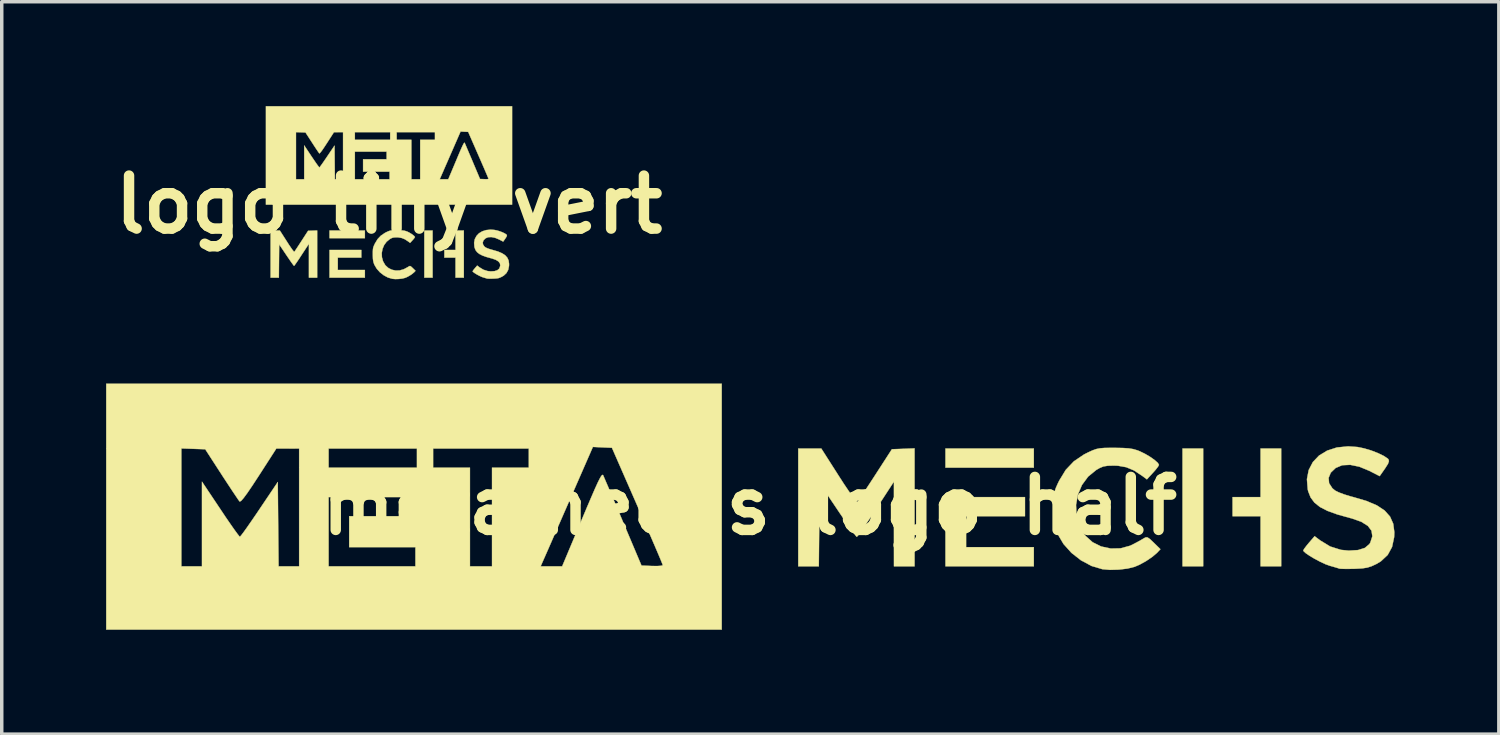
<source format=kicad_pcb>
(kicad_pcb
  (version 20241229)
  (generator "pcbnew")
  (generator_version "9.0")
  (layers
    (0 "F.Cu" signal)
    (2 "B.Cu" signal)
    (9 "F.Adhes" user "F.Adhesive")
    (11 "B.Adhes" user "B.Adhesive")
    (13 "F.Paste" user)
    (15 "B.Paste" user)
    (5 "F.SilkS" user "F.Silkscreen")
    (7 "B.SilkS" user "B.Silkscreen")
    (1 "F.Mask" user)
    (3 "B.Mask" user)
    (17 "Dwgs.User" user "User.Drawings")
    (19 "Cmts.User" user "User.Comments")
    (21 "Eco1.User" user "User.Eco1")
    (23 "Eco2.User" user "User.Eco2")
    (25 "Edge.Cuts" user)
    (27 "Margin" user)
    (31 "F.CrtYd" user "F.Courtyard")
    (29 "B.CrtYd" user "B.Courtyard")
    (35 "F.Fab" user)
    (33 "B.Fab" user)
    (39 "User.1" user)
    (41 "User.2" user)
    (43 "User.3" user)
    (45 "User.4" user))
  (footprint "metamechs logo half"
    (layer "F.Cu")
    (at 18.505 11.497)
    (property "Reference" "metamechs logo half" (at 0 0 0) (layer "F.SilkS") (effects (font (size 1.524 1.524) (thickness 0.3))))
    (attr through_hole)
    (fp_poly (pts (xy 8.17 -1.101) (xy 5.63 -1.101) (xy 5.63 -1.651) (xy 8.17 -1.651) (xy 8.17 -1.101)) (stroke (width 0.01) (type solid)) (fill yes) (layer "F.SilkS"))
    (fp_poly (pts (xy 13.039 1.736) (xy 12.446 1.736) (xy 12.446 -1.651) (xy 13.039 -1.651) (xy 13.039 1.736)) (stroke (width 0.01) (type solid)) (fill yes) (layer "F.SilkS"))
    (fp_poly (pts (xy 7.916 0.296) (xy 6.223 0.296) (xy 6.223 1.185) (xy 8.17 1.185) (xy 8.17 1.736) (xy 5.63 1.736) (xy 5.63 -0.254) (xy 7.916 -0.254) (xy 7.916 0.296)) (stroke (width 0.01) (type solid)) (fill yes) (layer "F.SilkS"))
    (fp_poly (pts (xy 15.282 1.736) (xy 14.69 1.736) (xy 14.69 0.296) (xy 13.885 0.296) (xy 13.885 -0.254) (xy 14.69 -0.254) (xy 14.69 -1.651) (xy 15.282 -1.651) (xy 15.282 1.736)) (stroke (width 0.01) (type solid)) (fill yes) (layer "F.SilkS"))
    (fp_poly (pts (xy 4.741 1.736) (xy 4.149 1.736) (xy 4.148 0.519) (xy 4.148 -0.699) (xy 3.63 0.095) (xy 3.479 0.324) (xy 3.342 0.527) (xy 3.227 0.694) (xy 3.141 0.816) (xy 3.09 0.881) (xy 3.08 0.889) (xy 3.049 0.855) (xy 2.977 0.761) (xy 2.874 0.617) (xy 2.745 0.432) (xy 2.598 0.217) (xy 2.53 0.116) (xy 2.011 -0.656) (xy 2 0.54) (xy 1.988 1.736) (xy 1.397 1.736) (xy 1.397 -1.651) (xy 2.059 -1.651) (xy 2.56 -0.866) (xy 2.716 -0.624) (xy 2.854 -0.42) (xy 2.966 -0.262) (xy 3.048 -0.159) (xy 3.092 -0.117) (xy 3.098 -0.117) (xy 3.131 -0.163) (xy 3.203 -0.268) (xy 3.305 -0.423) (xy 3.432 -0.615) (xy 3.574 -0.833) (xy 3.612 -0.892) (xy 4.089 -1.63) (xy 4.415 -1.642) (xy 4.741 -1.655) (xy 4.741 1.736)) (stroke (width 0.01) (type solid)) (fill yes) (layer "F.SilkS"))
    (fp_poly (pts (xy 10.499 -1.67) (xy 10.73 -1.666) (xy 10.901 -1.655) (xy 11.034 -1.633) (xy 11.153 -1.597) (xy 11.215 -1.572) (xy 11.364 -1.5) (xy 11.513 -1.412) (xy 11.643 -1.32) (xy 11.735 -1.238) (xy 11.769 -1.181) (xy 11.742 -1.131) (xy 11.673 -1.041) (xy 11.595 -0.953) (xy 11.421 -0.764) (xy 11.288 -0.864) (xy 11.05 -1.021) (xy 10.826 -1.114) (xy 10.589 -1.156) (xy 10.472 -1.16) (xy 10.298 -1.156) (xy 10.172 -1.136) (xy 10.061 -1.09) (xy 9.967 -1.036) (xy 9.731 -0.843) (xy 9.554 -0.602) (xy 9.437 -0.326) (xy 9.384 -0.032) (xy 9.397 0.268) (xy 9.477 0.558) (xy 9.628 0.823) (xy 9.66 0.864) (xy 9.861 1.044) (xy 10.107 1.166) (xy 10.381 1.225) (xy 10.664 1.219) (xy 10.937 1.145) (xy 11.011 1.11) (xy 11.152 1.036) (xy 11.275 0.967) (xy 11.334 0.931) (xy 11.39 0.902) (xy 11.441 0.906) (xy 11.507 0.951) (xy 11.61 1.048) (xy 11.619 1.057) (xy 11.81 1.244) (xy 11.718 1.343) (xy 11.583 1.459) (xy 11.403 1.582) (xy 11.21 1.689) (xy 11.068 1.75) (xy 10.863 1.801) (xy 10.613 1.831) (xy 10.359 1.838) (xy 10.143 1.819) (xy 9.83 1.726) (xy 9.527 1.564) (xy 9.252 1.349) (xy 9.023 1.093) (xy 8.858 0.813) (xy 8.842 0.774) (xy 8.795 0.643) (xy 8.766 0.513) (xy 8.75 0.358) (xy 8.743 0.154) (xy 8.743 0.061) (xy 8.744 -0.147) (xy 8.75 -0.296) (xy 8.768 -0.411) (xy 8.803 -0.517) (xy 8.858 -0.641) (xy 8.9 -0.727) (xy 9.088 -1.036) (xy 9.321 -1.282) (xy 9.612 -1.479) (xy 9.729 -1.538) (xy 9.857 -1.597) (xy 9.964 -1.635) (xy 10.072 -1.657) (xy 10.207 -1.668) (xy 10.391 -1.67) (xy 10.499 -1.67)) (stroke (width 0.01) (type solid)) (fill yes) (layer "F.SilkS"))
    (fp_poly (pts (xy 17.478 -1.694) (xy 17.666 -1.655) (xy 17.871 -1.594) (xy 18.067 -1.518) (xy 18.234 -1.437) (xy 18.347 -1.361) (xy 18.366 -1.341) (xy 18.381 -1.29) (xy 18.353 -1.21) (xy 18.274 -1.086) (xy 18.264 -1.071) (xy 18.114 -0.857) (xy 17.818 -1.009) (xy 17.531 -1.128) (xy 17.268 -1.182) (xy 17.037 -1.171) (xy 16.849 -1.092) (xy 16.709 -0.958) (xy 16.646 -0.807) (xy 16.66 -0.653) (xy 16.753 -0.509) (xy 16.837 -0.44) (xy 16.94 -0.389) (xy 17.098 -0.33) (xy 17.283 -0.273) (xy 17.354 -0.255) (xy 17.732 -0.144) (xy 18.032 -0.017) (xy 18.257 0.132) (xy 18.413 0.307) (xy 18.504 0.513) (xy 18.536 0.754) (xy 18.53 0.899) (xy 18.47 1.18) (xy 18.345 1.409) (xy 18.151 1.59) (xy 18.018 1.67) (xy 17.882 1.733) (xy 17.757 1.773) (xy 17.614 1.795) (xy 17.423 1.806) (xy 17.384 1.807) (xy 17.209 1.81) (xy 17.065 1.809) (xy 16.973 1.805) (xy 16.954 1.801) (xy 16.893 1.781) (xy 16.778 1.747) (xy 16.677 1.719) (xy 16.553 1.674) (xy 16.403 1.604) (xy 16.246 1.521) (xy 16.102 1.435) (xy 15.988 1.357) (xy 15.925 1.299) (xy 15.917 1.282) (xy 15.943 1.234) (xy 16.01 1.145) (xy 16.081 1.059) (xy 16.244 0.87) (xy 16.399 0.988) (xy 16.691 1.166) (xy 16.999 1.263) (xy 17.226 1.285) (xy 17.492 1.269) (xy 17.689 1.207) (xy 17.818 1.098) (xy 17.845 1.054) (xy 17.904 0.873) (xy 17.88 0.713) (xy 17.775 0.574) (xy 17.588 0.456) (xy 17.32 0.361) (xy 17.263 0.346) (xy 16.902 0.246) (xy 16.616 0.143) (xy 16.398 0.031) (xy 16.239 -0.096) (xy 16.129 -0.244) (xy 16.06 -0.418) (xy 16.046 -0.477) (xy 16.023 -0.769) (xy 16.074 -1.032) (xy 16.193 -1.261) (xy 16.372 -1.449) (xy 16.606 -1.591) (xy 16.886 -1.681) (xy 17.207 -1.713) (xy 17.478 -1.694)) (stroke (width 0.01) (type solid)) (fill yes) (layer "F.SilkS"))
    (fp_poly (pts (xy -0.804 3.556) (xy -18.5 3.556) (xy -18.5 1.736) (xy -16.341 1.736) (xy -15.748 1.736) (xy -15.748 -0.698) (xy -15.218 0.095) (xy -15.065 0.324) (xy -14.926 0.526) (xy -14.809 0.693) (xy -14.72 0.814) (xy -14.668 0.879) (xy -14.658 0.887) (xy -14.626 0.853) (xy -14.554 0.759) (xy -14.45 0.614) (xy -14.321 0.428) (xy -14.173 0.212) (xy -14.097 0.099) (xy -13.568 -0.687) (xy -13.557 0.525) (xy -13.545 1.736) (xy -12.954 1.736) (xy -12.954 -0.254) (xy -12.107 -0.254) (xy -12.107 1.736) (xy -9.61 1.736) (xy -9.61 1.185) (xy -11.515 1.185) (xy -11.515 0.296) (xy -9.821 0.296) (xy -9.821 -0.254) (xy -12.107 -0.254) (xy -12.954 -0.254) (xy -12.954 -1.651) (xy -12.107 -1.651) (xy -12.107 -1.101) (xy -9.567 -1.101) (xy -9.567 -1.651) (xy -9.102 -1.651) (xy -9.102 -1.101) (xy -8.043 -1.101) (xy -8.043 1.736) (xy -7.408 1.736) (xy -6.01 1.736) (xy -5.391 1.736) (xy -4.823 0.383) (xy -4.669 0.018) (xy -4.544 -0.274) (xy -4.445 -0.502) (xy -4.368 -0.671) (xy -4.31 -0.787) (xy -4.268 -0.859) (xy -4.239 -0.891) (xy -4.22 -0.891) (xy -4.212 -0.88) (xy -4.186 -0.82) (xy -4.131 -0.692) (xy -4.051 -0.506) (xy -3.952 -0.272) (xy -3.837 -0.002) (xy -3.71 0.297) (xy -3.64 0.463) (xy -3.111 1.714) (xy -2.804 1.727) (xy -2.656 1.728) (xy -2.547 1.721) (xy -2.498 1.706) (xy -2.498 1.703) (xy -2.514 1.658) (xy -2.561 1.543) (xy -2.635 1.367) (xy -2.733 1.138) (xy -2.851 0.864) (xy -2.986 0.554) (xy -3.134 0.214) (xy -3.229 -0.003) (xy -3.96 -1.672) (xy -4.234 -1.684) (xy -4.508 -1.697) (xy -5.152 -0.224) (xy -5.301 0.118) (xy -5.444 0.445) (xy -5.576 0.746) (xy -5.692 1.012) (xy -5.788 1.232) (xy -5.86 1.395) (xy -5.902 1.491) (xy -5.903 1.492) (xy -6.01 1.736) (xy -7.408 1.736) (xy -7.408 -1.101) (xy -6.35 -1.101) (xy -6.35 -1.651) (xy -9.102 -1.651) (xy -9.567 -1.651) (xy -12.107 -1.651) (xy -12.954 -1.651) (xy -13.282 -1.65) (xy -13.61 -1.65) (xy -14.115 -0.866) (xy -14.299 -0.585) (xy -14.443 -0.373) (xy -14.55 -0.228) (xy -14.621 -0.147) (xy -14.661 -0.125) (xy -14.665 -0.128) (xy -14.701 -0.175) (xy -14.774 -0.283) (xy -14.879 -0.439) (xy -15.006 -0.632) (xy -15.149 -0.85) (xy -15.182 -0.901) (xy -15.654 -1.63) (xy -15.997 -1.642) (xy -16.341 -1.654) (xy -16.341 1.736) (xy -18.5 1.736) (xy -18.5 -3.514) (xy -0.804 -3.514) (xy -0.804 3.556)) (stroke (width 0.01) (type solid)) (fill yes) (layer "F.SilkS")))
  (footprint "logo tiny vert"
    (layer "F.Cu")
    (at 8.135 2.833)
    (property "Reference" "logo tiny vert" (at 0 0 0) (layer "F.SilkS") (effects (font (size 1.524 1.524) (thickness 0.3))))
    (attr through_hole)
    (fp_poly (pts (xy -0.694 0.965) (xy -1.71 0.965) (xy -1.71 0.745) (xy -0.694 0.745) (xy -0.694 0.965)) (stroke (width 0.01) (type solid)) (fill yes) (layer "F.SilkS"))
    (fp_poly (pts (xy 1.253 2.1) (xy 1.016 2.1) (xy 1.016 0.745) (xy 1.253 0.745) (xy 1.253 2.1)) (stroke (width 0.01) (type solid)) (fill yes) (layer "F.SilkS"))
    (fp_poly (pts (xy -0.796 1.524) (xy -1.473 1.524) (xy -1.473 1.88) (xy -0.694 1.88) (xy -0.694 2.1) (xy -1.71 2.1) (xy -1.71 1.304) (xy -0.796 1.304) (xy -0.796 1.524)) (stroke (width 0.01) (type solid)) (fill yes) (layer "F.SilkS"))
    (fp_poly (pts (xy 2.151 2.1) (xy 1.913 2.1) (xy 1.913 1.524) (xy 1.592 1.524) (xy 1.592 1.304) (xy 1.913 1.304) (xy 1.913 0.745) (xy 2.151 0.745) (xy 2.151 2.1)) (stroke (width 0.01) (type solid)) (fill yes) (layer "F.SilkS"))
    (fp_poly (pts (xy -2.066 2.1) (xy -2.303 2.1) (xy -2.303 1.613) (xy -2.303 1.126) (xy -2.511 1.443) (xy -2.571 1.535) (xy -2.625 1.616) (xy -2.671 1.683) (xy -2.706 1.732) (xy -2.726 1.758) (xy -2.73 1.761) (xy -2.743 1.748) (xy -2.771 1.71) (xy -2.813 1.652) (xy -2.864 1.578) (xy -2.923 1.492) (xy -2.95 1.452) (xy -3.158 1.143) (xy -3.163 1.621) (xy -3.167 2.1) (xy -3.404 2.1) (xy -3.404 0.745) (xy -3.139 0.745) (xy -2.938 1.059) (xy -2.876 1.156) (xy -2.821 1.237) (xy -2.776 1.301) (xy -2.743 1.342) (xy -2.725 1.359) (xy -2.723 1.358) (xy -2.71 1.34) (xy -2.681 1.298) (xy -2.64 1.236) (xy -2.59 1.16) (xy -2.533 1.072) (xy -2.518 1.049) (xy -2.327 0.754) (xy -2.196 0.749) (xy -2.066 0.744) (xy -2.066 2.1)) (stroke (width 0.01) (type solid)) (fill yes) (layer "F.SilkS"))
    (fp_poly (pts (xy 0.237 0.737) (xy 0.33 0.739) (xy 0.398 0.744) (xy 0.451 0.752) (xy 0.499 0.767) (xy 0.524 0.776) (xy 0.583 0.805) (xy 0.643 0.841) (xy 0.695 0.878) (xy 0.731 0.91) (xy 0.745 0.933) (xy 0.734 0.953) (xy 0.707 0.989) (xy 0.676 1.024) (xy 0.606 1.1) (xy 0.553 1.06) (xy 0.458 0.997) (xy 0.368 0.96) (xy 0.273 0.943) (xy 0.227 0.941) (xy 0.157 0.943) (xy 0.107 0.951) (xy 0.062 0.969) (xy 0.024 0.991) (xy -0.07 1.068) (xy -0.141 1.165) (xy -0.187 1.275) (xy -0.209 1.393) (xy -0.204 1.513) (xy -0.172 1.629) (xy -0.111 1.735) (xy -0.098 1.751) (xy -0.018 1.823) (xy 0.08 1.872) (xy 0.19 1.896) (xy 0.303 1.893) (xy 0.413 1.863) (xy 0.442 1.85) (xy 0.498 1.82) (xy 0.548 1.792) (xy 0.571 1.778) (xy 0.594 1.766) (xy 0.614 1.768) (xy 0.64 1.786) (xy 0.682 1.825) (xy 0.685 1.828) (xy 0.762 1.903) (xy 0.725 1.943) (xy 0.671 1.989) (xy 0.599 2.038) (xy 0.521 2.081) (xy 0.465 2.105) (xy 0.383 2.126) (xy 0.283 2.138) (xy 0.181 2.141) (xy 0.095 2.133) (xy -0.031 2.096) (xy -0.152 2.031) (xy -0.262 1.945) (xy -0.353 1.843) (xy -0.419 1.731) (xy -0.426 1.715) (xy -0.444 1.663) (xy -0.456 1.611) (xy -0.463 1.549) (xy -0.465 1.467) (xy -0.465 1.43) (xy -0.465 1.347) (xy -0.462 1.287) (xy -0.455 1.241) (xy -0.441 1.199) (xy -0.419 1.149) (xy -0.402 1.115) (xy -0.327 0.991) (xy -0.234 0.893) (xy -0.117 0.814) (xy -0.071 0.79) (xy -0.019 0.767) (xy 0.023 0.752) (xy 0.067 0.743) (xy 0.12 0.738) (xy 0.194 0.737) (xy 0.237 0.737)) (stroke (width 0.01) (type solid)) (fill yes) (layer "F.SilkS"))
    (fp_poly (pts (xy 3.029 0.728) (xy 3.104 0.743) (xy 3.186 0.768) (xy 3.265 0.798) (xy 3.331 0.83) (xy 3.376 0.861) (xy 3.384 0.869) (xy 3.39 0.889) (xy 3.379 0.921) (xy 3.347 0.971) (xy 3.343 0.977) (xy 3.283 1.063) (xy 3.165 1.002) (xy 3.05 0.954) (xy 2.945 0.933) (xy 2.852 0.937) (xy 2.777 0.968) (xy 2.721 1.022) (xy 2.696 1.083) (xy 2.702 1.144) (xy 2.739 1.202) (xy 2.773 1.229) (xy 2.814 1.25) (xy 2.877 1.274) (xy 2.951 1.296) (xy 2.979 1.304) (xy 3.131 1.348) (xy 3.25 1.399) (xy 3.341 1.458) (xy 3.403 1.528) (xy 3.439 1.61) (xy 3.452 1.707) (xy 3.45 1.765) (xy 3.426 1.878) (xy 3.376 1.969) (xy 3.298 2.042) (xy 3.245 2.073) (xy 3.19 2.099) (xy 3.141 2.115) (xy 3.083 2.123) (xy 3.007 2.128) (xy 2.991 2.128) (xy 2.921 2.13) (xy 2.863 2.129) (xy 2.827 2.127) (xy 2.819 2.126) (xy 2.795 2.118) (xy 2.749 2.104) (xy 2.709 2.093) (xy 2.659 2.075) (xy 2.599 2.047) (xy 2.536 2.014) (xy 2.478 1.979) (xy 2.433 1.948) (xy 2.407 1.925) (xy 2.405 1.918) (xy 2.415 1.899) (xy 2.441 1.864) (xy 2.47 1.829) (xy 2.535 1.753) (xy 2.597 1.801) (xy 2.714 1.872) (xy 2.837 1.911) (xy 2.928 1.92) (xy 3.034 1.913) (xy 3.113 1.888) (xy 3.165 1.845) (xy 3.176 1.827) (xy 3.199 1.755) (xy 3.19 1.691) (xy 3.148 1.635) (xy 3.073 1.588) (xy 2.966 1.55) (xy 2.943 1.544) (xy 2.798 1.504) (xy 2.684 1.463) (xy 2.597 1.418) (xy 2.533 1.367) (xy 2.489 1.308) (xy 2.462 1.238) (xy 2.456 1.215) (xy 2.447 1.098) (xy 2.467 0.993) (xy 2.515 0.901) (xy 2.586 0.826) (xy 2.68 0.769) (xy 2.792 0.733) (xy 2.92 0.72) (xy 3.029 0.728)) (stroke (width 0.01) (type solid)) (fill yes) (layer "F.SilkS"))
    (fp_poly (pts (xy 3.539 0) (xy -3.539 0) (xy -3.539 -0.728) (xy -2.675 -0.728) (xy -2.438 -0.728) (xy -2.438 -1.702) (xy -2.227 -1.384) (xy -2.165 -1.293) (xy -2.11 -1.212) (xy -2.063 -1.145) (xy -2.027 -1.097) (xy -2.006 -1.071) (xy -2.002 -1.067) (xy -1.99 -1.081) (xy -1.961 -1.119) (xy -1.919 -1.177) (xy -1.868 -1.251) (xy -1.808 -1.338) (xy -1.778 -1.383) (xy -1.566 -1.697) (xy -1.562 -1.213) (xy -1.557 -0.728) (xy -1.321 -0.728) (xy -1.321 -1.524) (xy -0.982 -1.524) (xy -0.982 -0.728) (xy 0.017 -0.728) (xy 0.017 -0.948) (xy -0.745 -0.948) (xy -0.745 -1.304) (xy -0.068 -1.304) (xy -0.068 -1.524) (xy -0.982 -1.524) (xy -1.321 -1.524) (xy -1.321 -2.083) (xy -0.982 -2.083) (xy -0.982 -1.863) (xy 0.034 -1.863) (xy 0.034 -2.083) (xy 0.22 -2.083) (xy 0.22 -1.863) (xy 0.643 -1.863) (xy 0.643 -0.728) (xy 0.897 -0.728) (xy 1.457 -0.728) (xy 1.704 -0.728) (xy 1.932 -1.269) (xy 1.993 -1.415) (xy 2.043 -1.532) (xy 2.083 -1.623) (xy 2.114 -1.691) (xy 2.137 -1.737) (xy 2.154 -1.766) (xy 2.165 -1.779) (xy 2.173 -1.779) (xy 2.176 -1.774) (xy 2.187 -1.75) (xy 2.209 -1.699) (xy 2.24 -1.625) (xy 2.28 -1.531) (xy 2.326 -1.423) (xy 2.377 -1.304) (xy 2.405 -1.237) (xy 2.616 -0.737) (xy 2.739 -0.732) (xy 2.799 -0.731) (xy 2.842 -0.734) (xy 2.861 -0.74) (xy 2.862 -0.741) (xy 2.855 -0.759) (xy 2.836 -0.805) (xy 2.807 -0.875) (xy 2.767 -0.967) (xy 2.72 -1.077) (xy 2.666 -1.201) (xy 2.607 -1.337) (xy 2.569 -1.423) (xy 2.277 -2.091) (xy 2.057 -2.101) (xy 1.8 -1.512) (xy 1.74 -1.375) (xy 1.683 -1.244) (xy 1.63 -1.124) (xy 1.584 -1.018) (xy 1.546 -0.93) (xy 1.517 -0.865) (xy 1.5 -0.826) (xy 1.5 -0.826) (xy 1.457 -0.728) (xy 0.897 -0.728) (xy 0.897 -1.863) (xy 1.321 -1.863) (xy 1.321 -2.083) (xy 0.22 -2.083) (xy 0.034 -2.083) (xy -0.982 -2.083) (xy -1.321 -2.083) (xy -1.452 -2.083) (xy -1.583 -2.082) (xy -1.785 -1.769) (xy -1.859 -1.656) (xy -1.916 -1.572) (xy -1.959 -1.514) (xy -1.988 -1.481) (xy -2.003 -1.472) (xy -2.005 -1.473) (xy -2.019 -1.493) (xy -2.049 -1.536) (xy -2.091 -1.598) (xy -2.142 -1.675) (xy -2.199 -1.763) (xy -2.212 -1.783) (xy -2.401 -2.074) (xy -2.675 -2.084) (xy -2.675 -0.728) (xy -3.539 -0.728) (xy -3.539 -2.828) (xy 3.539 -2.828) (xy 3.539 0)) (stroke (width 0.01) (type solid)) (fill yes) (layer "F.SilkS")))
  (gr_rect
    (start -3 -3)
    (end 40.046 18.058)
    (stroke (width 0.1) (type default))
    (fill no)
    (layer "Edge.Cuts")))
</source>
